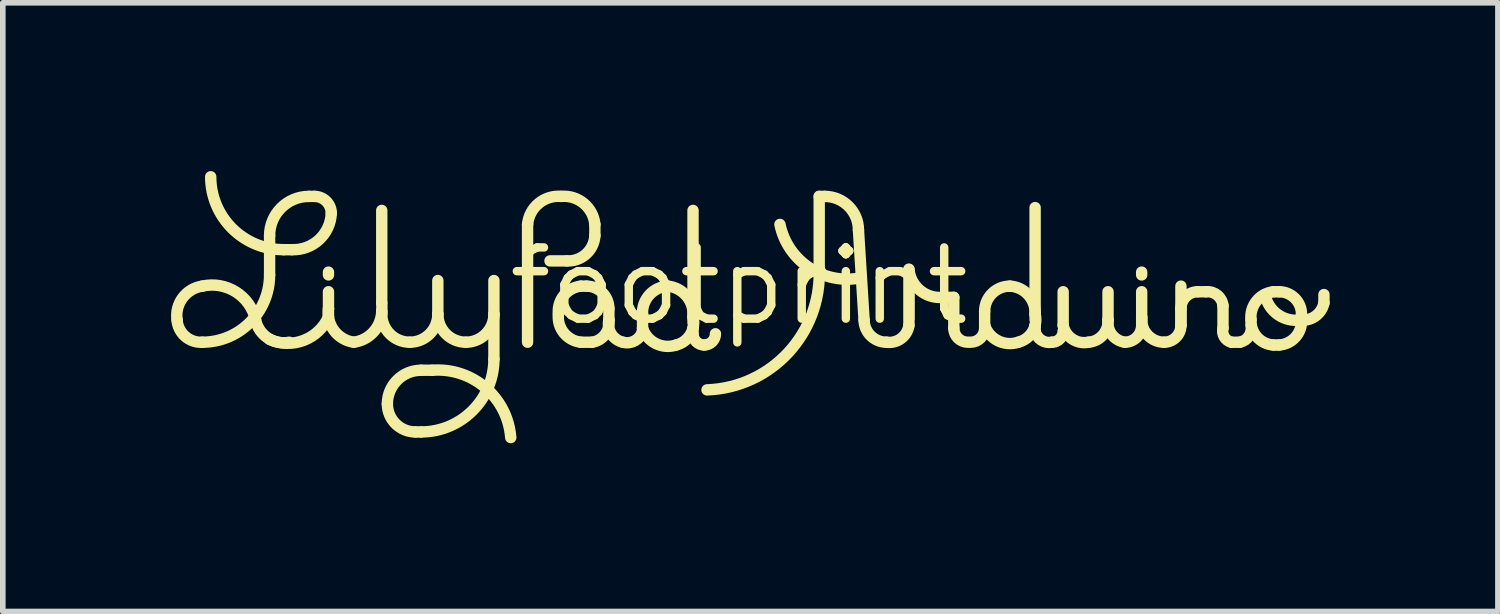
<source format=kicad_pcb>
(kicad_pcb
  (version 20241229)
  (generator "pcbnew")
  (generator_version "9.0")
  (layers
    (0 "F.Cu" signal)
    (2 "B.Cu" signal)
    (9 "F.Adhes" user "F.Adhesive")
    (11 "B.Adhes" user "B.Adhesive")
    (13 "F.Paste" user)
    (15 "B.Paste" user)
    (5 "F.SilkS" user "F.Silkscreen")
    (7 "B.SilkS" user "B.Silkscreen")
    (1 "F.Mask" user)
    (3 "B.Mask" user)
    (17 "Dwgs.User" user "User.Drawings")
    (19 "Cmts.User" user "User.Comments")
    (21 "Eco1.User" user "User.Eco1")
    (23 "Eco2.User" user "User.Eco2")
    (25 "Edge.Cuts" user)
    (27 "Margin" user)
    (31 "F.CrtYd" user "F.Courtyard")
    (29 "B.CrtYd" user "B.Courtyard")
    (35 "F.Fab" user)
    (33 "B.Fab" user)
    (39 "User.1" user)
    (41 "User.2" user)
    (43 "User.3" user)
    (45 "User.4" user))
  (footprint "footprint"
    (layer "F.Cu")
    (at 10.127 2.052)
    (property "Reference" "footprint" (at 0 0 0) (layer "F.SilkS") (effects (font (size 1.27 1.27) (thickness 0.15))))
    (fp_line (start -8.37 -0.2) (end -8.37 -0.9) (stroke (width 0.203) (type solid)) (layer "F.SilkS"))
    (fp_line (start -8.12 -0.65) (end -7.97 -0.65) (stroke (width 0.203) (type solid)) (layer "F.SilkS"))
    (fp_line (start -7.67 -1.6) (end -7.57 -1.6) (stroke (width 0.203) (type solid)) (layer "F.SilkS"))
    (fp_line (start -7.32 -0.2) (end -7.32 -0.25) (stroke (width 0.203) (type solid)) (layer "F.SilkS"))
    (fp_line (start -7.32 0.4) (end -7.32 0.1) (stroke (width 0.203) (type solid)) (layer "F.SilkS"))
    (fp_line (start -7.32 0.4) (end -7.32 0.55) (stroke (width 0.203) (type solid)) (layer "F.SilkS"))
    (fp_line (start -6.37 0.3) (end -6.37 -1.35) (stroke (width 0.203) (type solid)) (layer "F.SilkS"))
    (fp_line (start -6.37 0.5) (end -6.37 0.45) (stroke (width 0.203) (type solid)) (layer "F.SilkS"))
    (fp_line (start -5.77 2.6) (end -5.67 2.6) (stroke (width 0.203) (type solid)) (layer "F.SilkS"))
    (fp_line (start -5.67 1.5) (end -5.47 1.5) (stroke (width 0.203) (type solid)) (layer "F.SilkS"))
    (fp_line (start -5.37 0.5) (end -5.37 -0.1) (stroke (width 0.203) (type solid)) (layer "F.SilkS"))
    (fp_line (start -4.37 0.5) (end -4.37 -0.1) (stroke (width 0.203) (type solid)) (layer "F.SilkS"))
    (fp_line (start -4.37 1.3) (end -4.37 0.5) (stroke (width 0.203) (type solid)) (layer "F.SilkS"))
    (fp_line (start -3.77 1) (end -3.77 -1.1) (stroke (width 0.203) (type solid)) (layer "F.SilkS"))
    (fp_line (start -3.07 -0.45) (end -3.37 -0.45) (stroke (width 0.203) (type solid)) (layer "F.SilkS"))
    (fp_line (start -2.82 0) (end -2.72 0) (stroke (width 0.203) (type solid)) (layer "F.SilkS"))
    (fp_line (start -2.62 1) (end -2.82 1) (stroke (width 0.203) (type solid)) (layer "F.SilkS"))
    (fp_line (start -2.57 -1.1) (end -2.57 -0.9) (stroke (width 0.203) (type solid)) (layer "F.SilkS"))
    (fp_line (start -2.32 0.4) (end -2.32 0.6) (stroke (width 0.203) (type solid)) (layer "F.SilkS"))
    (fp_line (start -1.72 0.75) (end -1.72 0.5) (stroke (width 0.203) (type solid)) (layer "F.SilkS"))
    (fp_line (start -1.72 0.8) (end -1.72 0.75) (stroke (width 0.203) (type solid)) (layer "F.SilkS"))
    (fp_line (start -0.82 0.65) (end -0.82 -1.35) (stroke (width 0.203) (type solid)) (layer "F.SilkS"))
    (fp_line (start -0.82 0.75) (end -0.82 0.85) (stroke (width 0.203) (type solid)) (layer "F.SilkS"))
    (fp_line (start 1.43 -1.6) (end 1.53 -1.6) (stroke (width 0.203) (type solid)) (layer "F.SilkS"))
    (fp_line (start 1.43 -0.3) (end 1.43 -1.6) (stroke (width 0.203) (type solid)) (layer "F.SilkS"))
    (fp_line (start 2.13 -1) (end 2.23 0.6) (stroke (width 0.203) (type solid)) (layer "F.SilkS"))
    (fp_line (start 3.03 0.7) (end 3.03 -0.3) (stroke (width 0.203) (type solid)) (layer "F.SilkS"))
    (fp_line (start 3.63 0.2) (end 3.83 0.2) (stroke (width 0.203) (type solid)) (layer "F.SilkS"))
    (fp_line (start 3.83 0.2) (end 3.83 0.75) (stroke (width 0.203) (type solid)) (layer "F.SilkS"))
    (fp_line (start 4.38 0.7) (end 4.38 0.45) (stroke (width 0.203) (type solid)) (layer "F.SilkS"))
    (fp_line (start 4.38 0.75) (end 4.38 0.7) (stroke (width 0.203) (type solid)) (layer "F.SilkS"))
    (fp_line (start 5.28 0.6) (end 5.28 -1.4) (stroke (width 0.203) (type solid)) (layer "F.SilkS"))
    (fp_line (start 5.28 0.7) (end 5.28 0.8) (stroke (width 0.203) (type solid)) (layer "F.SilkS"))
    (fp_line (start 5.78 0.7) (end 5.78 0.1) (stroke (width 0.203) (type solid)) (layer "F.SilkS"))
    (fp_line (start 6.58 0.6) (end 6.58 0.1) (stroke (width 0.203) (type solid)) (layer "F.SilkS"))
    (fp_line (start 7.18 -0.25) (end 7.18 -0.2) (stroke (width 0.203) (type solid)) (layer "F.SilkS"))
    (fp_line (start 7.18 0.55) (end 7.18 0.1) (stroke (width 0.203) (type solid)) (layer "F.SilkS"))
    (fp_line (start 7.18 0.55) (end 7.18 0.6) (stroke (width 0.203) (type solid)) (layer "F.SilkS"))
    (fp_line (start 7.18 0.7) (end 7.18 0.55) (stroke (width 0.203) (type solid)) (layer "F.SilkS"))
    (fp_line (start 7.88 0.7) (end 7.88 0) (stroke (width 0.203) (type solid)) (layer "F.SilkS"))
    (fp_line (start 7.88 0.7) (end 7.88 0.4) (stroke (width 0.203) (type solid)) (layer "F.SilkS"))
    (fp_line (start 8.18 0.1) (end 8.33 0.1) (stroke (width 0.203) (type solid)) (layer "F.SilkS"))
    (fp_line (start 8.63 0.35) (end 8.63 0.75) (stroke (width 0.203) (type solid)) (layer "F.SilkS"))
    (fp_line (start 8.78 1) (end 8.93 1) (stroke (width 0.203) (type solid)) (layer "F.SilkS"))
    (fp_line (start 9.53 0.1) (end 9.63 0.1) (stroke (width 0.203) (type solid)) (layer "F.SilkS"))
    (fp_line (start 9.53 1.05) (end 9.63 1.05) (stroke (width 0.203) (type solid)) (layer "F.SilkS"))
    (fp_line (start 10.03 0.6) (end 9.98 0.6) (stroke (width 0.203) (type solid)) (layer "F.SilkS"))
    (fp_line (start 10.03 0.6) (end 10.03 0.5) (stroke (width 0.203) (type solid)) (layer "F.SilkS"))
    (fp_line (start 10.43 0.3) (end 10.43 0.15) (stroke (width 0.203) (type solid)) (layer "F.SilkS"))
    (fp_arc (start -10.02 0.6) (mid -9.919264 0.206802) (end -9.57 0) (stroke (width 0.2032) (type solid)) (layer "F.SilkS"))
    (fp_arc (start -9.57 0) (mid -8.970736 0.103249) (end -8.62 0.6) (stroke (width 0.2032) (type solid)) (layer "F.SilkS"))
    (fp_arc (start -9.57 1) (mid -9.877843 0.893198) (end -10.02 0.6) (stroke (width 0.2032) (type solid)) (layer "F.SilkS"))
    (fp_arc (start -8.37 -0.9) (mid -8.164975 -1.394975) (end -7.67 -1.6) (stroke (width 0.2032) (type solid)) (layer "F.SilkS"))
    (fp_arc (start -8.37 -0.2) (mid -8.721472 0.648528) (end -9.57 1) (stroke (width 0.2032) (type solid)) (layer "F.SilkS"))
    (fp_arc (start -8.12 -0.65) (mid -9.039239 -1.030761) (end -9.42 -1.95) (stroke (width 0.2032) (type solid)) (layer "F.SilkS"))
    (fp_arc (start -8.019999 0.999999) (mid -8.402842 0.924264) (end -8.62 0.6) (stroke (width 0.2032) (type solid)) (layer "F.SilkS"))
    (fp_arc (start -7.57 -1.6) (mid -7.357868 -1.512132) (end -7.27 -1.3) (stroke (width 0.2032) (type solid)) (layer "F.SilkS"))
    (fp_arc (start -7.32 0.55) (mid -7.762158 0.967462) (end -8.370001 0.949999) (stroke (width 0.2032) (type solid)) (layer "F.SilkS"))
    (fp_arc (start -7.27 -1.3) (mid -7.485381 -0.830025) (end -7.97 -0.65) (stroke (width 0.2032) (type solid)) (layer "F.SilkS"))
    (fp_arc (start -6.87 1) (mid -7.219264 0.793198) (end -7.32 0.4) (stroke (width 0.2032) (type solid)) (layer "F.SilkS"))
    (fp_arc (start -6.37 0.3) (mid -6.367119 0.375) (end -6.37 0.45) (stroke (width 0.2032) (type solid)) (layer "F.SilkS"))
    (fp_arc (start -6.37 0.45) (mid -6.518239 0.81751) (end -6.870001 1) (stroke (width 0.2032) (type solid)) (layer "F.SilkS"))
    (fp_arc (start -6.27 2.1) (mid -6.094264 1.675736) (end -5.67 1.5) (stroke (width 0.2032) (type solid)) (layer "F.SilkS"))
    (fp_arc (start -5.87 1) (mid -6.223553 0.853553) (end -6.37 0.5) (stroke (width 0.2032) (type solid)) (layer "F.SilkS"))
    (fp_arc (start -5.77 2.6) (mid -6.123553 2.453553) (end -6.27 2.1) (stroke (width 0.2032) (type solid)) (layer "F.SilkS"))
    (fp_arc (start -5.47 1.5) (mid -4.521472 1.810051) (end -4.07 2.7) (stroke (width 0.2032) (type solid)) (layer "F.SilkS"))
    (fp_arc (start -5.37 0.5) (mid -5.516447 0.853553) (end -5.87 1) (stroke (width 0.2032) (type solid)) (layer "F.SilkS"))
    (fp_arc (start -4.87 1) (mid -5.223553 0.853553) (end -5.37 0.5) (stroke (width 0.2032) (type solid)) (layer "F.SilkS"))
    (fp_arc (start -4.37 0.5) (mid -4.516447 0.853553) (end -4.87 1) (stroke (width 0.2032) (type solid)) (layer "F.SilkS"))
    (fp_arc (start -4.37 1.3) (mid -4.750761 2.219239) (end -5.67 2.6) (stroke (width 0.2032) (type solid)) (layer "F.SilkS"))
    (fp_arc (start -3.77 -1.1) (mid -3.573553 -1.474264) (end -3.17 -1.6) (stroke (width 0.2032) (type solid)) (layer "F.SilkS"))
    (fp_arc (start -3.22 0.5) (mid -3.123553 0.167157) (end -2.82 0) (stroke (width 0.2032) (type solid)) (layer "F.SilkS"))
    (fp_arc (start -3.17 -1.6) (mid -2.766471 -1.474235) (end -2.57 -1.1) (stroke (width 0.2032) (type solid)) (layer "F.SilkS"))
    (fp_arc (start -2.82 1) (mid -3.123553 0.832843) (end -3.22 0.5) (stroke (width 0.2032) (type solid)) (layer "F.SilkS"))
    (fp_arc (start -2.72 0) (mid -2.437157 0.117157) (end -2.32 0.4) (stroke (width 0.2032) (type solid)) (layer "F.SilkS"))
    (fp_arc (start -2.57 -0.9) (mid -2.726828 -0.571476) (end -3.07 -0.45) (stroke (width 0.2032) (type solid)) (layer "F.SilkS"))
    (fp_arc (start -2.32 0.6) (mid -2.387157 0.862132) (end -2.62 1) (stroke (width 0.2032) (type solid)) (layer "F.SilkS"))
    (fp_arc (start -2.07 1) (mid -2.277843 0.851777) (end -2.32 0.6) (stroke (width 0.2032) (type solid)) (layer "F.SilkS"))
    (fp_arc (start -1.72 0.5) (mid -1.598553 0.156802) (end -1.27 0) (stroke (width 0.2032) (type solid)) (layer "F.SilkS"))
    (fp_arc (start -1.72 0.8) (mid -1.853579 0.972487) (end -2.07 1) (stroke (width 0.2032) (type solid)) (layer "F.SilkS"))
    (fp_arc (start -1.27 0) (mid -0.931091 0.181802) (end -0.82 0.55) (stroke (width 0.2032) (type solid)) (layer "F.SilkS"))
    (fp_arc (start -1.12 1.05) (mid -1.482132 1.024264) (end -1.72 0.75) (stroke (width 0.2032) (type solid)) (layer "F.SilkS"))
    (fp_arc (start -0.82 0.55) (mid -0.807689 0.65) (end -0.82 0.75) (stroke (width 0.2032) (type solid)) (layer "F.SilkS"))
    (fp_arc (start -0.82 0.75) (mid -0.928453 0.941547) (end -1.120001 1.049999) (stroke (width 0.2032) (type solid)) (layer "F.SilkS"))
    (fp_arc (start -0.62 1.05) (mid -0.761421 0.991421) (end -0.82 0.85) (stroke (width 0.2032) (type solid)) (layer "F.SilkS"))
    (fp_arc (start -0.42 0.85) (mid -0.478579 0.991421) (end -0.62 1.05) (stroke (width 0.2032) (type solid)) (layer "F.SilkS"))
    (fp_arc (start 1.43 -0.3) (mid 0.87528 1.189214) (end -0.57 1.85) (stroke (width 0.2032) (type solid)) (layer "F.SilkS"))
    (fp_arc (start 1.53 -1.6) (mid 1.954264 -1.424264) (end 2.13 -1) (stroke (width 0.2032) (type solid)) (layer "F.SilkS"))
    (fp_arc (start 2.18 -0.15) (mid 1.258249 -0.324695) (end 0.73 -1.1) (stroke (width 0.2032) (type solid)) (layer "F.SilkS"))
    (fp_arc (start 2.63 1) (mid 2.347157 0.882843) (end 2.23 0.6) (stroke (width 0.2032) (type solid)) (layer "F.SilkS"))
    (fp_arc (start 3.03 0.7) (mid 2.892132 0.932843) (end 2.63 1) (stroke (width 0.2032) (type solid)) (layer "F.SilkS"))
    (fp_arc (start 3.629999 0.200001) (mid 3.22647 0.074235) (end 3.03 -0.3) (stroke (width 0.2032) (type solid)) (layer "F.SilkS"))
    (fp_arc (start 4.08 1) (mid 3.903223 0.926777) (end 3.83 0.75) (stroke (width 0.2032) (type solid)) (layer "F.SilkS"))
    (fp_arc (start 4.38 0.45) (mid 4.511802 0.131802) (end 4.83 0) (stroke (width 0.2032) (type solid)) (layer "F.SilkS"))
    (fp_arc (start 4.38 0.75) (mid 4.306777 0.926777) (end 4.13 1) (stroke (width 0.2032) (type solid)) (layer "F.SilkS"))
    (fp_arc (start 4.83 0) (mid 5.158553 0.156802) (end 5.28 0.5) (stroke (width 0.2032) (type solid)) (layer "F.SilkS"))
    (fp_arc (start 4.98 1) (mid 4.617868 0.974264) (end 4.38 0.7) (stroke (width 0.2032) (type solid)) (layer "F.SilkS"))
    (fp_arc (start 5.28 0.5) (mid 5.292311 0.6) (end 5.28 0.7) (stroke (width 0.2032) (type solid)) (layer "F.SilkS"))
    (fp_arc (start 5.28 0.7) (mid 5.171547 0.891548) (end 4.979999 1) (stroke (width 0.2032) (type solid)) (layer "F.SilkS"))
    (fp_arc (start 5.58 1) (mid 5.388579 0.962132) (end 5.28 0.8) (stroke (width 0.2032) (type solid)) (layer "F.SilkS"))
    (fp_arc (start 5.78 0.8) (mid 5.721421 0.941421) (end 5.58 1) (stroke (width 0.2032) (type solid)) (layer "F.SilkS"))
    (fp_arc (start 6.23 1) (mid 5.942868 0.943198) (end 5.78 0.7) (stroke (width 0.2032) (type solid)) (layer "F.SilkS"))
    (fp_arc (start 6.58 0.6) (mid 6.487843 0.872487) (end 6.23 1) (stroke (width 0.2032) (type solid)) (layer "F.SilkS"))
    (fp_arc (start 6.88 1) (mid 6.647157 0.862132) (end 6.58 0.6) (stroke (width 0.2032) (type solid)) (layer "F.SilkS"))
    (fp_arc (start 7.18 0.7) (mid 7.092132 0.912132) (end 6.88 1) (stroke (width 0.2032) (type solid)) (layer "F.SilkS"))
    (fp_arc (start 7.58 1) (mid 7.297157 0.882843) (end 7.18 0.6) (stroke (width 0.2032) (type solid)) (layer "F.SilkS"))
    (fp_arc (start 7.88 0.4) (mid 7.967868 0.187868) (end 8.18 0.1) (stroke (width 0.2032) (type solid)) (layer "F.SilkS"))
    (fp_arc (start 7.88 0.7) (mid 7.792132 0.912132) (end 7.58 1) (stroke (width 0.2032) (type solid)) (layer "F.SilkS"))
    (fp_arc (start 8.33 0.1) (mid 8.531777 0.162868) (end 8.63 0.35) (stroke (width 0.2032) (type solid)) (layer "F.SilkS"))
    (fp_arc (start 8.78 1) (mid 8.653223 0.906066) (end 8.63 0.75) (stroke (width 0.2032) (type solid)) (layer "F.SilkS"))
    (fp_arc (start 9.13 0.6) (mid 9.226447 0.267157) (end 9.53 0.1) (stroke (width 0.2032) (type solid)) (layer "F.SilkS"))
    (fp_arc (start 9.13 0.7) (mid 9.092132 0.891421) (end 8.93 1) (stroke (width 0.2032) (type solid)) (layer "F.SilkS"))
    (fp_arc (start 9.53 1.05) (mid 9.236802 0.907843) (end 9.13 0.6) (stroke (width 0.2032) (type solid)) (layer "F.SilkS"))
    (fp_arc (start 9.63 0.1) (mid 9.912843 0.217157) (end 10.03 0.5) (stroke (width 0.2032) (type solid)) (layer "F.SilkS"))
    (fp_arc (start 10.03 0.6) (mid 9.611801 0.509619) (end 9.379999 0.149999) (stroke (width 0.2032) (type solid)) (layer "F.SilkS"))
    (fp_arc (start 10.03 0.6) (mid 9.923198 0.907843) (end 9.63 1.05) (stroke (width 0.2032) (type solid)) (layer "F.SilkS"))
    (fp_arc (start 10.430001 0.299999) (mid 10.267133 0.543198) (end 9.98 0.6) (stroke (width 0.2032) (type solid)) (layer "F.SilkS")))
  (gr_rect
    (start -3 -3)
    (end 23.659 7.853)
    (stroke (width 0.1) (type default))
    (fill no)
    (layer "Edge.Cuts")))
</source>
